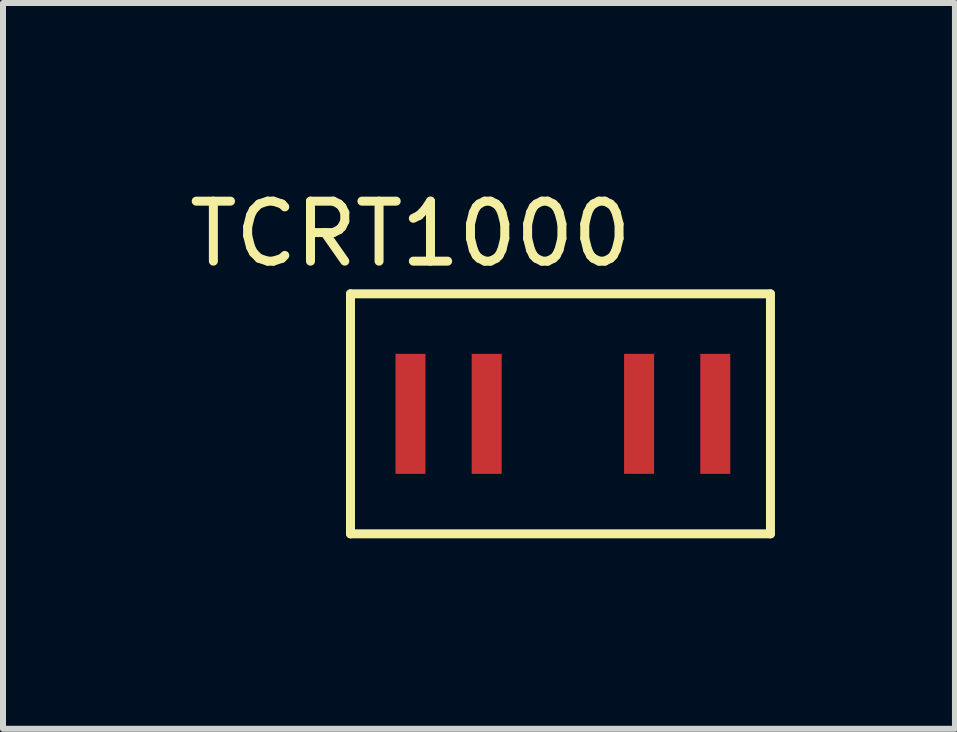
<source format=kicad_pcb>
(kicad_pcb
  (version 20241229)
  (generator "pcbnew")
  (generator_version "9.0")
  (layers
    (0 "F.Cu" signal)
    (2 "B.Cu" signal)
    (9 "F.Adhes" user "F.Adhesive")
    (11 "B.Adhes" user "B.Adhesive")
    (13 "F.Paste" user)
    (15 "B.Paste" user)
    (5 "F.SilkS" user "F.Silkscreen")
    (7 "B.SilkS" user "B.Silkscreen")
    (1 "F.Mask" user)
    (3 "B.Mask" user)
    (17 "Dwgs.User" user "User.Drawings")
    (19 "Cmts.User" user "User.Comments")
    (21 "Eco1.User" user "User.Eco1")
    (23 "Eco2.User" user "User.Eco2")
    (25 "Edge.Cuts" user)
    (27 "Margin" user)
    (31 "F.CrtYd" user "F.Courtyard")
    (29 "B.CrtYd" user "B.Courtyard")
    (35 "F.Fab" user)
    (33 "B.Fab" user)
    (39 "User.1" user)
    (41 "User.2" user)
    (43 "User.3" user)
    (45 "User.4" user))
  (footprint "TCRT1000"
    (layer "F.Cu")
    (at 5.792 5.848)
    (property "Reference" "TCRT1000" (at -2 -5 0) (layer "F.SilkS") (effects (font (size 1 1) (thickness 0.15))))
    (attr smd)
    (fp_line (start -3 -4) (end 4 -4) (stroke (width 0.15) (type solid)) (layer "F.SilkS"))
    (fp_line (start -3 0) (end -3 -4) (stroke (width 0.15) (type solid)) (layer "F.SilkS"))
    (fp_line (start 4 -4) (end 4 0) (stroke (width 0.15) (type solid)) (layer "F.SilkS"))
    (fp_line (start 4 0) (end -3 0) (stroke (width 0.15) (type solid)) (layer "F.SilkS"))
    (pad "1" smd rect (at -2 -2) (size 0.5 2) (layers "F.Cu" "F.Mask" "F.Paste"))
    (pad "2" smd rect (at -0.73 -2) (size 0.5 2) (layers "F.Cu" "F.Mask" "F.Paste"))
    (pad "3" smd rect (at 1.81 -2) (size 0.5 2) (layers "F.Cu" "F.Mask" "F.Paste"))
    (pad "4" smd rect (at 3.08 -2) (size 0.5 2) (layers "F.Cu" "F.Mask" "F.Paste")))
  (gr_rect
    (start -3 -3)
    (end 12.867 9.098)
    (stroke (width 0.1) (type default))
    (fill no)
    (layer "Edge.Cuts")))
</source>
